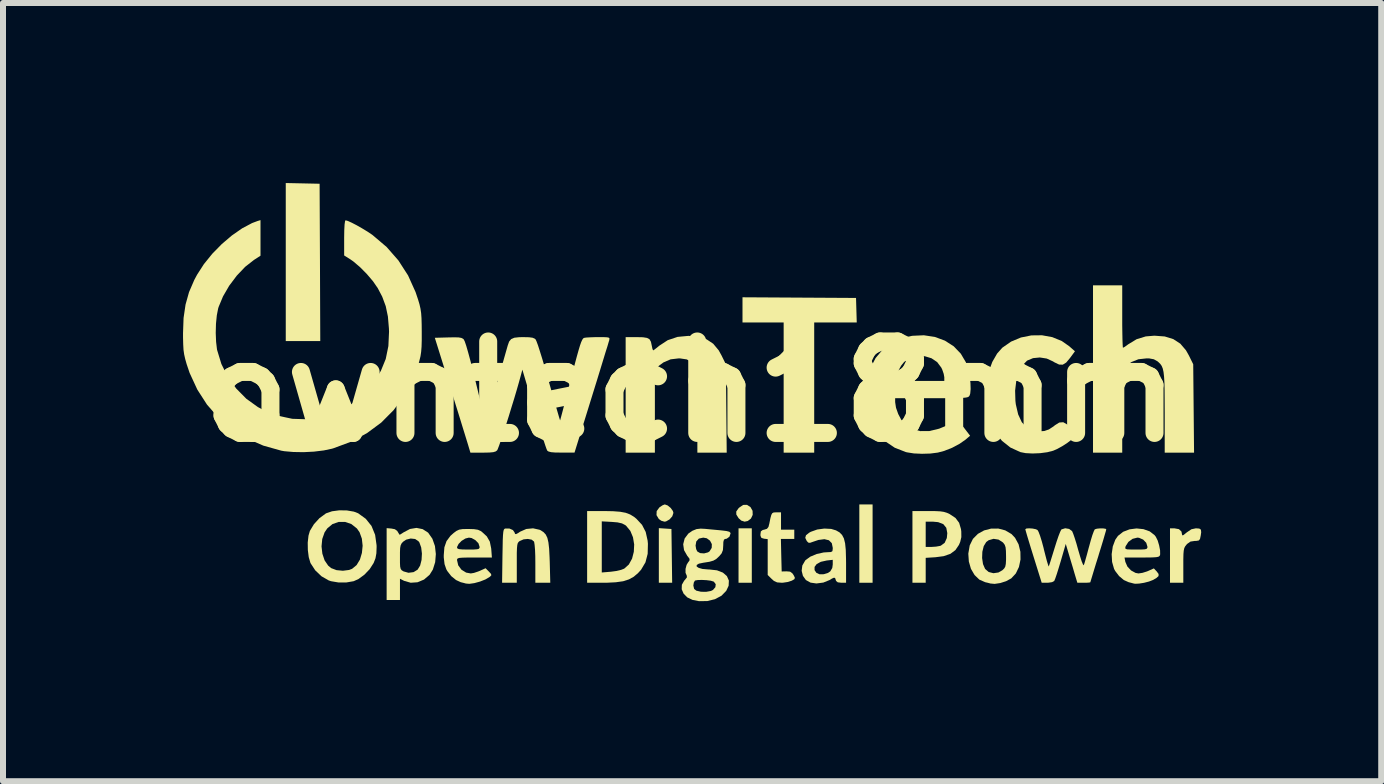
<source format=kicad_pcb>
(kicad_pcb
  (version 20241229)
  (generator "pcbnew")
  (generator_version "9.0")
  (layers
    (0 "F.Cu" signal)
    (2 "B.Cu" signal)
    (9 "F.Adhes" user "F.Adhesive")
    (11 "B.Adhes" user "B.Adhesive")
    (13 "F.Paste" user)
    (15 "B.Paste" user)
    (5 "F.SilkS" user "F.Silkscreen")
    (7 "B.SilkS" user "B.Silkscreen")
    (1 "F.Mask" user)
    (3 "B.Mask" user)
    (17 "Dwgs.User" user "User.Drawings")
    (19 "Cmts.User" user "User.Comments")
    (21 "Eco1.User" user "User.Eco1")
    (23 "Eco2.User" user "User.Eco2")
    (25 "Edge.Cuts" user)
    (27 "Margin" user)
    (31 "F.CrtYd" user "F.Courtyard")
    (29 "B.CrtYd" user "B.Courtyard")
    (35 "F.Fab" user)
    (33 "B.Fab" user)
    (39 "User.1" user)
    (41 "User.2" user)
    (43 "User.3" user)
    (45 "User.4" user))
  (footprint "owntech18mm"
    (layer "F.Cu")
    (at 8.46 3.475)
    (property "Reference" "owntech18mm" (at 0 0 0) (layer "F.SilkS") (effects (font (size 1.524 1.524) (thickness 0.3))))
    (attr board_only exclude_from_pos_files exclude_from_bom)
    (fp_poly (pts (xy 1.018 3.186) (xy 0.797 3.186) (xy 0.797 2.279) (xy 1.018 2.279)) (stroke (width 0) (type solid)) (fill yes) (layer "F.SilkS"))
    (fp_poly (pts (xy 3.031 3.186) (xy 2.81 3.186) (xy 2.81 1.881) (xy 3.031 1.881)) (stroke (width 0) (type solid)) (fill yes) (layer "F.SilkS"))
    (fp_poly (pts (xy -0.321 2.29) (xy -0.315 2.738) (xy -0.309 3.186) (xy -0.531 3.186) (xy -0.531 2.276)) (stroke (width 0) (type solid)) (fill yes) (layer "F.SilkS"))
    (fp_poly (pts (xy -6.466 -3.469) (xy -6.184 -3.463) (xy -6.178 -2.152) (xy -6.173 -0.841) (xy -6.748 -0.841) (xy -6.748 -3.475)) (stroke (width 0) (type solid)) (fill yes) (layer "F.SilkS"))
    (fp_poly (pts (xy 2.755 -1.56) (xy 2.767 -1.151) (xy 2.058 -1.151) (xy 2.058 1.018) (xy 1.549 1.018) (xy 1.549 -1.151) (xy 0.863 -1.151) (xy 0.863 -1.571)) (stroke (width 0) (type solid)) (fill yes) (layer "F.SilkS"))
    (fp_poly (pts (xy 0.996 1.925) (xy 1.031 1.987) (xy 1.033 2.055) (xy 1.004 2.116) (xy 0.951 2.157) (xy 0.898 2.168) (xy 0.842 2.15) (xy 0.798 2.11) (xy 0.76 2.049) (xy 0.759 1.999) (xy 0.796 1.946) (xy 0.807 1.935) (xy 0.874 1.889) (xy 0.938 1.888)) (stroke (width 0) (type solid)) (fill yes) (layer "F.SilkS"))
    (fp_poly (pts (xy -0.384 1.898) (xy -0.334 1.939) (xy -0.297 1.99) (xy -0.288 2.022) (xy -0.307 2.079) (xy -0.353 2.131) (xy -0.411 2.164) (xy -0.438 2.168) (xy -0.49 2.153) (xy -0.531 2.124) (xy -0.57 2.059) (xy -0.567 1.992) (xy -0.522 1.931) (xy -0.517 1.927) (xy -0.469 1.895) (xy -0.433 1.881) (xy -0.431 1.881)) (stroke (width 0) (type solid)) (fill yes) (layer "F.SilkS"))
    (fp_poly (pts (xy 8.136 2.293) (xy 8.178 2.333) (xy 8.186 2.374) (xy 8.191 2.396) (xy 8.209 2.393) (xy 8.248 2.362) (xy 8.265 2.348) (xy 8.343 2.295) (xy 8.418 2.279) (xy 8.475 2.283) (xy 8.502 2.301) (xy 8.507 2.345) (xy 8.499 2.401) (xy 8.487 2.457) (xy 8.466 2.482) (xy 8.423 2.489) (xy 8.4 2.489) (xy 8.328 2.5) (xy 8.274 2.538) (xy 8.262 2.551) (xy 8.24 2.579) (xy 8.225 2.609) (xy 8.216 2.65) (xy 8.211 2.709) (xy 8.209 2.797) (xy 8.209 2.9) (xy 8.209 3.186) (xy 7.987 3.186) (xy 7.987 2.279) (xy 8.06 2.279)) (stroke (width 0) (type solid)) (fill yes) (layer "F.SilkS"))
    (fp_poly (pts (xy 4.073 1.992) (xy 4.157 1.996) (xy 4.218 2.005) (xy 4.268 2.02) (xy 4.314 2.041) (xy 4.412 2.106) (xy 4.473 2.187) (xy 4.504 2.292) (xy 4.509 2.332) (xy 4.51 2.426) (xy 4.491 2.506) (xy 4.47 2.555) (xy 4.411 2.642) (xy 4.328 2.704) (xy 4.215 2.743) (xy 4.077 2.761) (xy 3.916 2.771) (xy 3.916 3.186) (xy 3.695 3.186) (xy 3.695 2.589) (xy 3.916 2.589) (xy 4.014 2.589) (xy 4.089 2.584) (xy 4.155 2.572) (xy 4.168 2.568) (xy 4.232 2.521) (xy 4.268 2.441) (xy 4.276 2.359) (xy 4.259 2.27) (xy 4.209 2.209) (xy 4.123 2.176) (xy 4.037 2.168) (xy 3.916 2.168) (xy 3.916 2.589) (xy 3.695 2.589) (xy 3.695 1.991) (xy 3.956 1.991)) (stroke (width 0) (type solid)) (fill yes) (layer "F.SilkS"))
    (fp_poly (pts (xy 1.428 2.013) (xy 1.505 2.013) (xy 1.505 2.301) (xy 1.726 2.301) (xy 1.726 2.456) (xy 1.503 2.456) (xy 1.509 2.727) (xy 1.516 2.998) (xy 1.596 2.996) (xy 1.656 3.001) (xy 1.695 3.03) (xy 1.713 3.056) (xy 1.735 3.099) (xy 1.73 3.124) (xy 1.691 3.148) (xy 1.683 3.152) (xy 1.619 3.173) (xy 1.539 3.185) (xy 1.515 3.186) (xy 1.44 3.18) (xy 1.386 3.155) (xy 1.348 3.121) (xy 1.283 3.057) (xy 1.283 2.459) (xy 1.222 2.452) (xy 1.179 2.439) (xy 1.163 2.406) (xy 1.162 2.379) (xy 1.169 2.33) (xy 1.2 2.307) (xy 1.227 2.301) (xy 1.271 2.287) (xy 1.296 2.255) (xy 1.31 2.201) (xy 1.328 2.111) (xy 1.343 2.056) (xy 1.359 2.027) (xy 1.382 2.015) (xy 1.417 2.013)) (stroke (width 0) (type solid)) (fill yes) (layer "F.SilkS"))
    (fp_poly (pts (xy -1.293 1.994) (xy -1.176 2.003) (xy -1.084 2.02) (xy -1.01 2.048) (xy -0.944 2.088) (xy -0.906 2.119) (xy -0.811 2.221) (xy -0.75 2.339) (xy -0.718 2.483) (xy -0.713 2.536) (xy -0.717 2.704) (xy -0.754 2.846) (xy -0.827 2.969) (xy -0.875 3.022) (xy -0.948 3.085) (xy -1.029 3.13) (xy -1.126 3.161) (xy -1.248 3.178) (xy -1.401 3.186) (xy -1.464 3.186) (xy -1.726 3.186) (xy -1.726 2.163) (xy -1.482 2.163) (xy -1.482 3.015) (xy -1.328 3.002) (xy -1.239 2.99) (xy -1.159 2.971) (xy -1.108 2.951) (xy -1.031 2.882) (xy -0.977 2.784) (xy -0.948 2.67) (xy -0.942 2.548) (xy -0.962 2.428) (xy -1.006 2.322) (xy -1.076 2.237) (xy -1.091 2.225) (xy -1.145 2.197) (xy -1.22 2.18) (xy -1.318 2.172) (xy -1.482 2.163) (xy -1.726 2.163) (xy -1.726 1.991) (xy -1.446 1.991)) (stroke (width 0) (type solid)) (fill yes) (layer "F.SilkS"))
    (fp_poly (pts (xy 7.191 -1.25) (xy 7.191 -1.104) (xy 7.193 -0.973) (xy 7.195 -0.865) (xy 7.198 -0.785) (xy 7.201 -0.739) (xy 7.203 -0.73) (xy 7.227 -0.742) (xy 7.272 -0.773) (xy 7.287 -0.785) (xy 7.43 -0.872) (xy 7.583 -0.919) (xy 7.727 -0.931) (xy 7.9 -0.918) (xy 8.042 -0.874) (xy 8.159 -0.798) (xy 8.253 -0.688) (xy 8.302 -0.601) (xy 8.374 -0.455) (xy 8.381 0.282) (xy 8.388 1.018) (xy 7.899 1.018) (xy 7.899 0.353) (xy 7.898 0.148) (xy 7.897 -0.017) (xy 7.894 -0.148) (xy 7.888 -0.25) (xy 7.879 -0.327) (xy 7.866 -0.385) (xy 7.848 -0.428) (xy 7.825 -0.461) (xy 7.796 -0.489) (xy 7.777 -0.505) (xy 7.718 -0.538) (xy 7.642 -0.552) (xy 7.596 -0.553) (xy 7.46 -0.538) (xy 7.343 -0.491) (xy 7.263 -0.433) (xy 7.191 -0.372) (xy 7.191 1.018) (xy 6.704 1.018) (xy 6.704 -1.77) (xy 7.191 -1.77)) (stroke (width 0) (type solid)) (fill yes) (layer "F.SilkS"))
    (fp_poly (pts (xy 0.129 -0.914) (xy 0.264 -0.871) (xy 0.375 -0.797) (xy 0.466 -0.688) (xy 0.514 -0.601) (xy 0.586 -0.455) (xy 0.593 0.282) (xy 0.6 1.018) (xy 0.111 1.018) (xy 0.111 0.341) (xy 0.11 0.145) (xy 0.109 -0.012) (xy 0.107 -0.135) (xy 0.104 -0.229) (xy 0.1 -0.298) (xy 0.093 -0.348) (xy 0.085 -0.385) (xy 0.075 -0.412) (xy 0.074 -0.412) (xy 0.018 -0.489) (xy -0.066 -0.536) (xy -0.182 -0.553) (xy -0.199 -0.553) (xy -0.335 -0.537) (xy -0.455 -0.485) (xy -0.525 -0.433) (xy -0.597 -0.372) (xy -0.597 1.018) (xy -1.084 1.018) (xy -1.084 -0.907) (xy -0.899 -0.907) (xy -0.796 -0.905) (xy -0.728 -0.894) (xy -0.686 -0.871) (xy -0.663 -0.83) (xy -0.649 -0.766) (xy -0.649 -0.765) (xy -0.638 -0.713) (xy -0.627 -0.687) (xy -0.626 -0.686) (xy -0.605 -0.699) (xy -0.561 -0.733) (xy -0.525 -0.763) (xy -0.383 -0.856) (xy -0.219 -0.911) (xy -0.038 -0.928)) (stroke (width 0) (type solid)) (fill yes) (layer "F.SilkS"))
    (fp_poly (pts (xy -2.519 2.303) (xy -2.499 2.312) (xy -2.452 2.343) (xy -2.416 2.382) (xy -2.389 2.437) (xy -2.371 2.514) (xy -2.359 2.619) (xy -2.352 2.759) (xy -2.349 2.838) (xy -2.34 3.186) (xy -2.589 3.186) (xy -2.589 2.864) (xy -2.59 2.743) (xy -2.594 2.638) (xy -2.601 2.556) (xy -2.609 2.506) (xy -2.612 2.499) (xy -2.65 2.468) (xy -2.714 2.456) (xy -2.785 2.463) (xy -2.848 2.49) (xy -2.849 2.49) (xy -2.868 2.506) (xy -2.882 2.526) (xy -2.89 2.558) (xy -2.895 2.61) (xy -2.898 2.688) (xy -2.898 2.801) (xy -2.898 2.855) (xy -2.898 3.186) (xy -3.143 3.186) (xy -3.137 2.738) (xy -3.134 2.586) (xy -3.132 2.473) (xy -3.128 2.392) (xy -3.123 2.339) (xy -3.116 2.307) (xy -3.106 2.29) (xy -3.093 2.283) (xy -3.09 2.283) (xy -3.02 2.283) (xy -2.963 2.308) (xy -2.936 2.346) (xy -2.927 2.372) (xy -2.911 2.376) (xy -2.876 2.358) (xy -2.842 2.335) (xy -2.74 2.29) (xy -2.627 2.279)) (stroke (width 0) (type solid)) (fill yes) (layer "F.SilkS"))
    (fp_poly (pts (xy -4.466 2.293) (xy -4.376 2.351) (xy -4.374 2.354) (xy -4.305 2.452) (xy -4.262 2.574) (xy -4.247 2.708) (xy -4.258 2.843) (xy -4.297 2.967) (xy -4.351 3.053) (xy -4.444 3.133) (xy -4.552 3.178) (xy -4.666 3.186) (xy -4.776 3.154) (xy -4.78 3.152) (xy -4.845 3.119) (xy -4.845 3.474) (xy -5.067 3.474) (xy -5.067 2.758) (xy -4.845 2.758) (xy -4.845 2.854) (xy -4.842 2.916) (xy -4.833 2.954) (xy -4.817 2.977) (xy -4.79 2.994) (xy -4.785 2.997) (xy -4.703 3.02) (xy -4.618 3.009) (xy -4.551 2.968) (xy -4.509 2.9) (xy -4.485 2.806) (xy -4.479 2.7) (xy -4.491 2.599) (xy -4.521 2.515) (xy -4.536 2.495) (xy -4.592 2.457) (xy -4.666 2.449) (xy -4.742 2.468) (xy -4.792 2.502) (xy -4.817 2.529) (xy -4.833 2.561) (xy -4.842 2.607) (xy -4.845 2.678) (xy -4.845 2.758) (xy -5.067 2.758) (xy -5.067 2.276) (xy -4.986 2.283) (xy -4.93 2.294) (xy -4.891 2.322) (xy -4.856 2.38) (xy -4.853 2.386) (xy -4.835 2.379) (xy -4.795 2.353) (xy -4.784 2.346) (xy -4.678 2.29) (xy -4.569 2.272)) (stroke (width 0) (type solid)) (fill yes) (layer "F.SilkS"))
    (fp_poly (pts (xy 5.241 2.313) (xy 5.345 2.374) (xy 5.405 2.437) (xy 5.464 2.546) (xy 5.494 2.67) (xy 5.496 2.799) (xy 5.47 2.923) (xy 5.418 3.031) (xy 5.342 3.113) (xy 5.338 3.115) (xy 5.256 3.16) (xy 5.159 3.191) (xy 5.065 3.205) (xy 4.99 3.198) (xy 4.989 3.197) (xy 4.952 3.187) (xy 4.908 3.177) (xy 4.81 3.134) (xy 4.73 3.057) (xy 4.67 2.954) (xy 4.635 2.833) (xy 4.631 2.774) (xy 4.856 2.774) (xy 4.871 2.875) (xy 4.906 2.956) (xy 4.966 3.007) (xy 5.045 3.027) (xy 5.128 3.015) (xy 5.193 2.978) (xy 5.224 2.948) (xy 5.242 2.917) (xy 5.251 2.872) (xy 5.255 2.802) (xy 5.255 2.747) (xy 5.253 2.655) (xy 5.247 2.595) (xy 5.233 2.554) (xy 5.208 2.52) (xy 5.201 2.513) (xy 5.13 2.467) (xy 5.047 2.454) (xy 4.966 2.477) (xy 4.925 2.507) (xy 4.883 2.576) (xy 4.86 2.67) (xy 4.856 2.774) (xy 4.631 2.774) (xy 4.626 2.701) (xy 4.649 2.567) (xy 4.65 2.563) (xy 4.703 2.455) (xy 4.786 2.371) (xy 4.889 2.314) (xy 5.005 2.284) (xy 5.126 2.283)) (stroke (width 0) (type solid)) (fill yes) (layer "F.SilkS"))
    (fp_poly (pts (xy -5.729 1.981) (xy -5.613 2.001) (xy -5.542 2.028) (xy -5.414 2.121) (xy -5.319 2.24) (xy -5.259 2.387) (xy -5.235 2.559) (xy -5.234 2.589) (xy -5.238 2.696) (xy -5.253 2.778) (xy -5.282 2.853) (xy -5.285 2.859) (xy -5.35 2.96) (xy -5.438 3.052) (xy -5.536 3.124) (xy -5.616 3.16) (xy -5.737 3.181) (xy -5.871 3.181) (xy -5.995 3.16) (xy -6.035 3.146) (xy -6.153 3.078) (xy -6.257 2.979) (xy -6.334 2.861) (xy -6.337 2.855) (xy -6.365 2.76) (xy -6.38 2.642) (xy -6.381 2.58) (xy -6.152 2.58) (xy -6.138 2.702) (xy -6.101 2.813) (xy -6.041 2.901) (xy -5.992 2.942) (xy -5.902 2.976) (xy -5.796 2.986) (xy -5.693 2.973) (xy -5.643 2.954) (xy -5.568 2.892) (xy -5.512 2.8) (xy -5.479 2.689) (xy -5.467 2.569) (xy -5.48 2.451) (xy -5.518 2.345) (xy -5.562 2.282) (xy -5.655 2.208) (xy -5.76 2.172) (xy -5.867 2.173) (xy -5.969 2.208) (xy -6.055 2.279) (xy -6.101 2.346) (xy -6.14 2.457) (xy -6.152 2.58) (xy -6.381 2.58) (xy -6.382 2.516) (xy -6.369 2.4) (xy -6.346 2.322) (xy -6.279 2.211) (xy -6.186 2.109) (xy -6.081 2.032) (xy -6.076 2.029) (xy -5.977 1.995) (xy -5.856 1.979)) (stroke (width 0) (type solid)) (fill yes) (layer "F.SilkS"))
    (fp_poly (pts (xy 6.025 -0.907) (xy 6.184 -0.842) (xy 6.308 -0.755) (xy 6.403 -0.671) (xy 6.319 -0.557) (xy 6.257 -0.483) (xy 6.2 -0.448) (xy 6.139 -0.45) (xy 6.062 -0.487) (xy 6.036 -0.503) (xy 5.933 -0.55) (xy 5.818 -0.568) (xy 5.705 -0.557) (xy 5.609 -0.517) (xy 5.603 -0.513) (xy 5.525 -0.432) (xy 5.465 -0.317) (xy 5.425 -0.176) (xy 5.406 -0.016) (xy 5.411 0.155) (xy 5.418 0.214) (xy 5.457 0.381) (xy 5.517 0.51) (xy 5.598 0.599) (xy 5.7 0.651) (xy 5.802 0.664) (xy 5.894 0.657) (xy 5.969 0.631) (xy 6.047 0.58) (xy 6.07 0.561) (xy 6.142 0.516) (xy 6.208 0.511) (xy 6.273 0.548) (xy 6.332 0.613) (xy 6.376 0.675) (xy 6.395 0.715) (xy 6.393 0.745) (xy 6.386 0.757) (xy 6.346 0.802) (xy 6.277 0.855) (xy 6.192 0.91) (xy 6.105 0.958) (xy 6.04 0.986) (xy 5.942 1.011) (xy 5.822 1.027) (xy 5.696 1.032) (xy 5.581 1.026) (xy 5.494 1.009) (xy 5.328 0.933) (xy 5.187 0.821) (xy 5.073 0.678) (xy 4.989 0.505) (xy 4.935 0.305) (xy 4.912 0.08) (xy 4.912 0.037) (xy 4.926 -0.15) (xy 4.965 -0.33) (xy 5.026 -0.494) (xy 5.106 -0.633) (xy 5.193 -0.731) (xy 5.338 -0.832) (xy 5.503 -0.901) (xy 5.677 -0.936) (xy 5.854 -0.938)) (stroke (width 0) (type solid)) (fill yes) (layer "F.SilkS"))
    (fp_poly (pts (xy 2.341 2.289) (xy 2.421 2.313) (xy 2.479 2.346) (xy 2.522 2.389) (xy 2.553 2.448) (xy 2.573 2.529) (xy 2.584 2.638) (xy 2.588 2.782) (xy 2.589 2.853) (xy 2.589 3.186) (xy 2.509 3.186) (xy 2.451 3.179) (xy 2.423 3.156) (xy 2.418 3.142) (xy 2.407 3.109) (xy 2.389 3.101) (xy 2.353 3.117) (xy 2.314 3.141) (xy 2.21 3.183) (xy 2.095 3.198) (xy 1.997 3.184) (xy 1.92 3.141) (xy 1.87 3.071) (xy 1.849 2.987) (xy 1.857 2.922) (xy 2.064 2.922) (xy 2.064 2.976) (xy 2.095 3.021) (xy 2.147 3.045) (xy 2.217 3.044) (xy 2.288 3.022) (xy 2.326 2.996) (xy 2.359 2.94) (xy 2.367 2.881) (xy 2.367 2.804) (xy 2.268 2.815) (xy 2.169 2.837) (xy 2.1 2.874) (xy 2.064 2.922) (xy 1.857 2.922) (xy 1.86 2.899) (xy 1.906 2.819) (xy 1.913 2.81) (xy 1.992 2.752) (xy 2.099 2.707) (xy 2.217 2.681) (xy 2.283 2.677) (xy 2.338 2.674) (xy 2.362 2.659) (xy 2.367 2.618) (xy 2.367 2.603) (xy 2.351 2.526) (xy 2.303 2.478) (xy 2.228 2.46) (xy 2.128 2.473) (xy 2.039 2.503) (xy 1.988 2.521) (xy 1.959 2.517) (xy 1.934 2.49) (xy 1.909 2.438) (xy 1.921 2.395) (xy 1.973 2.353) (xy 2.001 2.337) (xy 2.108 2.299) (xy 2.227 2.283)) (stroke (width 0) (type solid)) (fill yes) (layer "F.SilkS"))
    (fp_poly (pts (xy 7.545 2.293) (xy 7.649 2.33) (xy 7.73 2.393) (xy 7.751 2.42) (xy 7.782 2.483) (xy 7.806 2.564) (xy 7.822 2.646) (xy 7.823 2.71) (xy 7.821 2.724) (xy 7.812 2.741) (xy 7.793 2.753) (xy 7.756 2.76) (xy 7.695 2.764) (xy 7.602 2.765) (xy 7.518 2.766) (xy 7.229 2.766) (xy 7.243 2.838) (xy 7.277 2.916) (xy 7.338 2.981) (xy 7.413 3.022) (xy 7.462 3.031) (xy 7.528 3.021) (xy 7.605 2.997) (xy 7.626 2.988) (xy 7.718 2.947) (xy 7.766 2.998) (xy 7.797 3.04) (xy 7.796 3.075) (xy 7.758 3.109) (xy 7.701 3.141) (xy 7.636 3.166) (xy 7.554 3.187) (xy 7.472 3.2) (xy 7.405 3.203) (xy 7.379 3.198) (xy 7.342 3.188) (xy 7.298 3.177) (xy 7.218 3.141) (xy 7.139 3.075) (xy 7.074 2.99) (xy 7.055 2.955) (xy 7.022 2.839) (xy 7.015 2.71) (xy 7.03 2.607) (xy 7.241 2.607) (xy 7.249 2.622) (xy 7.276 2.63) (xy 7.332 2.632) (xy 7.422 2.633) (xy 7.513 2.632) (xy 7.569 2.629) (xy 7.599 2.62) (xy 7.61 2.604) (xy 7.611 2.585) (xy 7.591 2.52) (xy 7.54 2.467) (xy 7.471 2.437) (xy 7.443 2.434) (xy 7.364 2.454) (xy 7.294 2.505) (xy 7.249 2.575) (xy 7.246 2.583) (xy 7.241 2.607) (xy 7.03 2.607) (xy 7.033 2.583) (xy 7.075 2.47) (xy 7.12 2.405) (xy 7.206 2.337) (xy 7.313 2.296) (xy 7.43 2.281)) (stroke (width 0) (type solid)) (fill yes) (layer "F.SilkS"))
    (fp_poly (pts (xy -3.611 2.293) (xy -3.546 2.303) (xy -3.499 2.324) (xy -3.482 2.336) (xy -3.398 2.413) (xy -3.348 2.5) (xy -3.325 2.612) (xy -3.323 2.633) (xy -3.313 2.766) (xy -3.604 2.766) (xy -3.722 2.766) (xy -3.803 2.768) (xy -3.853 2.772) (xy -3.881 2.78) (xy -3.892 2.793) (xy -3.894 2.809) (xy -3.874 2.896) (xy -3.82 2.969) (xy -3.742 3.017) (xy -3.665 3.031) (xy -3.612 3.022) (xy -3.543 2.999) (xy -3.515 2.988) (xy -3.418 2.944) (xy -3.363 3) (xy -3.328 3.038) (xy -3.322 3.061) (xy -3.343 3.083) (xy -3.352 3.09) (xy -3.421 3.131) (xy -3.51 3.166) (xy -3.604 3.192) (xy -3.688 3.204) (xy -3.749 3.199) (xy -3.75 3.198) (xy -3.787 3.188) (xy -3.832 3.177) (xy -3.91 3.141) (xy -3.99 3.076) (xy -4.056 2.991) (xy -4.072 2.963) (xy -4.102 2.876) (xy -4.115 2.764) (xy -4.115 2.727) (xy -4.105 2.598) (xy -3.894 2.598) (xy -3.887 2.615) (xy -3.861 2.626) (xy -3.808 2.631) (xy -3.719 2.633) (xy -3.706 2.633) (xy -3.615 2.632) (xy -3.559 2.628) (xy -3.53 2.62) (xy -3.519 2.604) (xy -3.518 2.588) (xy -3.537 2.529) (xy -3.587 2.477) (xy -3.651 2.441) (xy -3.696 2.434) (xy -3.755 2.449) (xy -3.818 2.488) (xy -3.868 2.539) (xy -3.893 2.589) (xy -3.894 2.598) (xy -4.105 2.598) (xy -4.105 2.596) (xy -4.069 2.492) (xy -4.003 2.404) (xy -3.951 2.357) (xy -3.903 2.322) (xy -3.858 2.301) (xy -3.802 2.292) (xy -3.719 2.29) (xy -3.706 2.29)) (stroke (width 0) (type solid)) (fill yes) (layer "F.SilkS"))
    (fp_poly (pts (xy 4.07 -0.91) (xy 4.237 -0.848) (xy 4.383 -0.754) (xy 4.501 -0.631) (xy 4.589 -0.482) (xy 4.602 -0.449) (xy 4.629 -0.356) (xy 4.65 -0.249) (xy 4.662 -0.14) (xy 4.665 -0.042) (xy 4.658 0.033) (xy 4.649 0.062) (xy 4.64 0.077) (xy 4.628 0.088) (xy 4.607 0.096) (xy 4.572 0.102) (xy 4.518 0.106) (xy 4.441 0.109) (xy 4.334 0.11) (xy 4.193 0.111) (xy 4.015 0.111) (xy 3.407 0.111) (xy 3.407 0.176) (xy 3.421 0.269) (xy 3.458 0.374) (xy 3.51 0.472) (xy 3.568 0.545) (xy 3.572 0.549) (xy 3.689 0.623) (xy 3.825 0.659) (xy 3.976 0.658) (xy 4.139 0.619) (xy 4.234 0.58) (xy 4.333 0.536) (xy 4.404 0.515) (xy 4.457 0.518) (xy 4.503 0.546) (xy 4.553 0.601) (xy 4.569 0.623) (xy 4.656 0.736) (xy 4.579 0.802) (xy 4.48 0.871) (xy 4.356 0.937) (xy 4.224 0.989) (xy 4.118 1.017) (xy 3.993 1.033) (xy 3.854 1.037) (xy 3.719 1.031) (xy 3.605 1.013) (xy 3.584 1.008) (xy 3.4 0.936) (xy 3.243 0.83) (xy 3.116 0.693) (xy 3.019 0.526) (xy 2.955 0.333) (xy 2.923 0.114) (xy 2.921 0.019) (xy 2.938 -0.177) (xy 3.406 -0.177) (xy 4.226 -0.177) (xy 4.226 -0.239) (xy 4.216 -0.295) (xy 4.191 -0.368) (xy 4.176 -0.399) (xy 4.107 -0.491) (xy 4.012 -0.555) (xy 3.9 -0.589) (xy 3.782 -0.592) (xy 3.667 -0.562) (xy 3.563 -0.498) (xy 3.555 -0.491) (xy 3.508 -0.433) (xy 3.462 -0.35) (xy 3.428 -0.261) (xy 3.421 -0.238) (xy 3.406 -0.177) (xy 2.938 -0.177) (xy 2.939 -0.196) (xy 2.993 -0.389) (xy 3.081 -0.558) (xy 3.2 -0.7) (xy 3.348 -0.811) (xy 3.522 -0.89) (xy 3.69 -0.929) (xy 3.886 -0.938)) (stroke (width 0) (type solid)) (fill yes) (layer "F.SilkS"))
    (fp_poly (pts (xy 6.306 2.289) (xy 6.355 2.325) (xy 6.357 2.329) (xy 6.374 2.369) (xy 6.399 2.441) (xy 6.429 2.537) (xy 6.459 2.645) (xy 6.461 2.651) (xy 6.49 2.75) (xy 6.515 2.829) (xy 6.536 2.879) (xy 6.549 2.896) (xy 6.55 2.894) (xy 6.561 2.863) (xy 6.58 2.797) (xy 6.605 2.708) (xy 6.633 2.602) (xy 6.637 2.589) (xy 6.666 2.483) (xy 6.693 2.394) (xy 6.717 2.329) (xy 6.733 2.297) (xy 6.734 2.296) (xy 6.77 2.285) (xy 6.824 2.28) (xy 6.879 2.281) (xy 6.917 2.288) (xy 6.925 2.296) (xy 6.919 2.322) (xy 6.901 2.383) (xy 6.875 2.473) (xy 6.841 2.585) (xy 6.801 2.714) (xy 6.793 2.742) (xy 6.752 2.872) (xy 6.717 2.987) (xy 6.689 3.08) (xy 6.669 3.145) (xy 6.66 3.176) (xy 6.66 3.178) (xy 6.64 3.183) (xy 6.589 3.186) (xy 6.551 3.186) (xy 6.443 3.186) (xy 6.398 3.037) (xy 6.369 2.937) (xy 6.334 2.821) (xy 6.302 2.713) (xy 6.25 2.539) (xy 6.164 2.835) (xy 6.131 2.944) (xy 6.101 3.04) (xy 6.076 3.113) (xy 6.059 3.154) (xy 6.056 3.158) (xy 6.022 3.176) (xy 5.963 3.185) (xy 5.942 3.186) (xy 5.849 3.186) (xy 5.712 2.747) (xy 5.671 2.615) (xy 5.635 2.497) (xy 5.606 2.401) (xy 5.586 2.332) (xy 5.576 2.296) (xy 5.576 2.294) (xy 5.595 2.282) (xy 5.641 2.279) (xy 5.698 2.283) (xy 5.751 2.294) (xy 5.779 2.307) (xy 5.797 2.338) (xy 5.822 2.404) (xy 5.851 2.497) (xy 5.881 2.609) (xy 5.885 2.628) (xy 5.912 2.734) (xy 5.935 2.822) (xy 5.954 2.884) (xy 5.964 2.913) (xy 5.966 2.914) (xy 5.975 2.891) (xy 5.994 2.833) (xy 6.02 2.749) (xy 6.052 2.646) (xy 6.063 2.61) (xy 6.097 2.502) (xy 6.129 2.408) (xy 6.156 2.339) (xy 6.175 2.301) (xy 6.179 2.297) (xy 6.241 2.278)) (stroke (width 0) (type solid)) (fill yes) (layer "F.SilkS"))
    (fp_poly (pts (xy 0.241 2.288) (xy 0.333 2.297) (xy 0.442 2.307) (xy 0.514 2.314) (xy 0.596 2.324) (xy 0.643 2.336) (xy 0.662 2.354) (xy 0.664 2.365) (xy 0.645 2.419) (xy 0.6 2.452) (xy 0.576 2.456) (xy 0.555 2.467) (xy 0.544 2.506) (xy 0.542 2.565) (xy 0.537 2.641) (xy 0.516 2.695) (xy 0.477 2.742) (xy 0.428 2.788) (xy 0.379 2.817) (xy 0.314 2.836) (xy 0.221 2.851) (xy 0.213 2.852) (xy 0.136 2.868) (xy 0.1 2.89) (xy 0.099 2.915) (xy 0.133 2.938) (xy 0.196 2.956) (xy 0.287 2.964) (xy 0.312 2.965) (xy 0.438 2.979) (xy 0.536 3.017) (xy 0.603 3.075) (xy 0.636 3.15) (xy 0.632 3.236) (xy 0.592 3.321) (xy 0.512 3.403) (xy 0.404 3.46) (xy 0.276 3.491) (xy 0.139 3.493) (xy 0.031 3.472) (xy -0.057 3.43) (xy -0.118 3.368) (xy -0.15 3.295) (xy -0.148 3.232) (xy 0.044 3.232) (xy 0.057 3.289) (xy 0.094 3.318) (xy 0.172 3.336) (xy 0.259 3.337) (xy 0.337 3.323) (xy 0.371 3.306) (xy 0.411 3.26) (xy 0.417 3.21) (xy 0.386 3.169) (xy 0.38 3.166) (xy 0.334 3.152) (xy 0.263 3.143) (xy 0.185 3.139) (xy 0.116 3.141) (xy 0.072 3.149) (xy 0.07 3.151) (xy 0.052 3.182) (xy 0.044 3.232) (xy -0.148 3.232) (xy -0.147 3.219) (xy -0.108 3.15) (xy -0.099 3.142) (xy -0.063 3.096) (xy -0.066 3.067) (xy -0.086 3.021) (xy -0.086 2.954) (xy -0.068 2.887) (xy -0.047 2.852) (xy -0.02 2.815) (xy -0.019 2.788) (xy -0.045 2.752) (xy -0.057 2.738) (xy -0.111 2.643) (xy -0.122 2.567) (xy 0.081 2.567) (xy 0.091 2.626) (xy 0.11 2.665) (xy 0.157 2.692) (xy 0.223 2.697) (xy 0.288 2.68) (xy 0.314 2.663) (xy 0.35 2.605) (xy 0.352 2.542) (xy 0.322 2.485) (xy 0.268 2.445) (xy 0.209 2.434) (xy 0.136 2.45) (xy 0.093 2.498) (xy 0.081 2.567) (xy -0.122 2.567) (xy -0.125 2.544) (xy -0.101 2.449) (xy -0.04 2.367) (xy 0.028 2.32) (xy 0.097 2.292) (xy 0.167 2.284)) (stroke (width 0) (type solid)) (fill yes) (layer "F.SilkS"))
    (fp_poly (pts (xy -7.169 -2.264) (xy -7.277 -2.194) (xy -7.424 -2.079) (xy -7.564 -1.932) (xy -7.691 -1.763) (xy -7.794 -1.585) (xy -7.867 -1.41) (xy -7.875 -1.383) (xy -7.897 -1.27) (xy -7.911 -1.129) (xy -7.915 -0.977) (xy -7.909 -0.829) (xy -7.894 -0.702) (xy -7.89 -0.686) (xy -7.821 -0.46) (xy -7.714 -0.246) (xy -7.573 -0.05) (xy -7.405 0.12) (xy -7.213 0.258) (xy -7.124 0.306) (xy -6.883 0.402) (xy -6.639 0.454) (xy -6.393 0.462) (xy -6.148 0.426) (xy -5.905 0.346) (xy -5.819 0.306) (xy -5.719 0.253) (xy -5.633 0.196) (xy -5.547 0.124) (xy -5.447 0.029) (xy -5.442 0.024) (xy -5.282 -0.158) (xy -5.163 -0.345) (xy -5.082 -0.543) (xy -5.038 -0.758) (xy -5.027 -0.997) (xy -5.029 -1.051) (xy -5.046 -1.251) (xy -5.082 -1.423) (xy -5.141 -1.582) (xy -5.215 -1.723) (xy -5.295 -1.839) (xy -5.398 -1.96) (xy -5.511 -2.074) (xy -5.623 -2.169) (xy -5.673 -2.204) (xy -5.775 -2.268) (xy -5.775 -2.561) (xy -5.773 -2.69) (xy -5.768 -2.784) (xy -5.76 -2.839) (xy -5.752 -2.854) (xy -5.713 -2.843) (xy -5.647 -2.813) (xy -5.564 -2.77) (xy -5.473 -2.718) (xy -5.384 -2.664) (xy -5.308 -2.613) (xy -5.299 -2.606) (xy -5.067 -2.409) (xy -4.871 -2.185) (xy -4.71 -1.935) (xy -4.585 -1.658) (xy -4.543 -1.533) (xy -4.519 -1.452) (xy -4.503 -1.381) (xy -4.492 -1.307) (xy -4.486 -1.222) (xy -4.483 -1.112) (xy -4.482 -0.996) (xy -4.482 -0.854) (xy -4.485 -0.747) (xy -4.492 -0.661) (xy -4.503 -0.588) (xy -4.521 -0.515) (xy -4.53 -0.48) (xy -4.636 -0.19) (xy -4.777 0.074) (xy -4.952 0.311) (xy -5.158 0.518) (xy -5.395 0.693) (xy -5.66 0.836) (xy -5.951 0.944) (xy -5.977 0.952) (xy -6.114 0.981) (xy -6.278 1.001) (xy -6.453 1.01) (xy -6.623 1.007) (xy -6.772 0.994) (xy -6.823 0.985) (xy -7.122 0.901) (xy -7.397 0.781) (xy -7.647 0.626) (xy -7.869 0.437) (xy -8.061 0.217) (xy -8.222 -0.033) (xy -8.35 -0.31) (xy -8.4 -0.458) (xy -8.424 -0.543) (xy -8.441 -0.618) (xy -8.452 -0.695) (xy -8.457 -0.787) (xy -8.46 -0.905) (xy -8.46 -0.974) (xy -8.451 -1.226) (xy -8.418 -1.45) (xy -8.36 -1.657) (xy -8.273 -1.859) (xy -8.226 -1.947) (xy -8.112 -2.124) (xy -7.972 -2.297) (xy -7.814 -2.458) (xy -7.646 -2.601) (xy -7.475 -2.72) (xy -7.309 -2.808) (xy -7.218 -2.842) (xy -7.169 -2.857)) (stroke (width 0) (type solid)) (fill yes) (layer "F.SilkS"))
    (fp_poly (pts (xy -1.45 -0.907) (xy -1.392 -0.904) (xy -1.362 -0.897) (xy -1.353 -0.883) (xy -1.357 -0.861) (xy -1.357 -0.857) (xy -1.367 -0.826) (xy -1.387 -0.757) (xy -1.419 -0.656) (xy -1.459 -0.525) (xy -1.506 -0.371) (xy -1.559 -0.198) (xy -1.617 -0.011) (xy -1.653 0.105) (xy -1.936 1.017) (xy -2.149 1.017) (xy -2.257 1.016) (xy -2.328 1.01) (xy -2.371 0.998) (xy -2.39 0.985) (xy -2.403 0.956) (xy -2.426 0.89) (xy -2.458 0.792) (xy -2.497 0.669) (xy -2.542 0.524) (xy -2.59 0.365) (xy -2.611 0.293) (xy -2.805 -0.365) (xy -2.832 -0.265) (xy -2.862 -0.156) (xy -2.899 -0.027) (xy -2.941 0.115) (xy -2.987 0.264) (xy -3.033 0.415) (xy -3.079 0.56) (xy -3.122 0.693) (xy -3.161 0.808) (xy -3.192 0.898) (xy -3.215 0.958) (xy -3.225 0.979) (xy -3.25 0.998) (xy -3.29 1.01) (xy -3.354 1.016) (xy -3.451 1.018) (xy -3.465 1.018) (xy -3.671 1.018) (xy -3.716 0.868) (xy -3.733 0.813) (xy -3.761 0.722) (xy -3.799 0.599) (xy -3.844 0.452) (xy -3.896 0.285) (xy -3.952 0.106) (xy -4.01 -0.082) (xy -4.012 -0.089) (xy -4.264 -0.896) (xy -4.042 -0.902) (xy -3.937 -0.904) (xy -3.867 -0.902) (xy -3.822 -0.894) (xy -3.794 -0.88) (xy -3.782 -0.869) (xy -3.765 -0.835) (xy -3.74 -0.761) (xy -3.708 -0.65) (xy -3.669 -0.506) (xy -3.625 -0.332) (xy -3.595 -0.21) (xy -3.556 -0.049) (xy -3.52 0.099) (xy -3.489 0.228) (xy -3.462 0.333) (xy -3.443 0.408) (xy -3.433 0.447) (xy -3.432 0.45) (xy -3.423 0.439) (xy -3.403 0.391) (xy -3.374 0.309) (xy -3.337 0.199) (xy -3.294 0.065) (xy -3.247 -0.089) (xy -3.197 -0.256) (xy -3.144 -0.434) (xy -3.092 -0.617) (xy -3.049 -0.768) (xy -3.026 -0.833) (xy -2.992 -0.874) (xy -2.939 -0.897) (xy -2.858 -0.906) (xy -2.79 -0.907) (xy -2.695 -0.905) (xy -2.635 -0.897) (xy -2.598 -0.881) (xy -2.584 -0.868) (xy -2.57 -0.838) (xy -2.545 -0.771) (xy -2.513 -0.671) (xy -2.474 -0.546) (xy -2.431 -0.401) (xy -2.385 -0.24) (xy -2.366 -0.172) (xy -2.32 -0.01) (xy -2.278 0.137) (xy -2.241 0.264) (xy -2.211 0.367) (xy -2.19 0.439) (xy -2.178 0.476) (xy -2.176 0.48) (xy -2.17 0.458) (xy -2.154 0.399) (xy -2.13 0.309) (xy -2.1 0.193) (xy -2.065 0.058) (xy -2.036 -0.056) (xy -1.981 -0.268) (xy -1.936 -0.442) (xy -1.899 -0.58) (xy -1.869 -0.687) (xy -1.845 -0.767) (xy -1.825 -0.824) (xy -1.808 -0.861) (xy -1.794 -0.883) (xy -1.78 -0.893) (xy -1.779 -0.894) (xy -1.742 -0.9) (xy -1.673 -0.904) (xy -1.585 -0.907) (xy -1.544 -0.907)) (stroke (width 0) (type solid)) (fill yes) (layer "F.SilkS")))
  (gr_rect
    (start -3 -3)
    (end 19.967 9.968)
    (stroke (width 0.1) (type default))
    (fill no)
    (layer "Edge.Cuts")))
</source>
